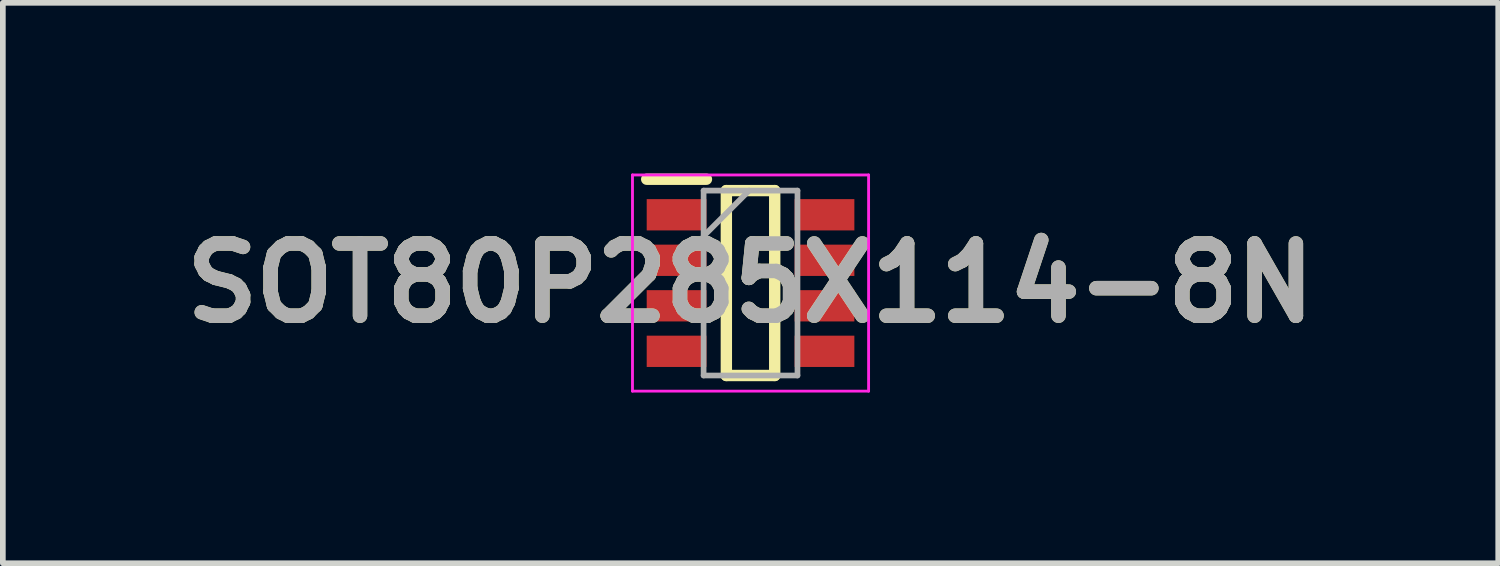
<source format=kicad_pcb>
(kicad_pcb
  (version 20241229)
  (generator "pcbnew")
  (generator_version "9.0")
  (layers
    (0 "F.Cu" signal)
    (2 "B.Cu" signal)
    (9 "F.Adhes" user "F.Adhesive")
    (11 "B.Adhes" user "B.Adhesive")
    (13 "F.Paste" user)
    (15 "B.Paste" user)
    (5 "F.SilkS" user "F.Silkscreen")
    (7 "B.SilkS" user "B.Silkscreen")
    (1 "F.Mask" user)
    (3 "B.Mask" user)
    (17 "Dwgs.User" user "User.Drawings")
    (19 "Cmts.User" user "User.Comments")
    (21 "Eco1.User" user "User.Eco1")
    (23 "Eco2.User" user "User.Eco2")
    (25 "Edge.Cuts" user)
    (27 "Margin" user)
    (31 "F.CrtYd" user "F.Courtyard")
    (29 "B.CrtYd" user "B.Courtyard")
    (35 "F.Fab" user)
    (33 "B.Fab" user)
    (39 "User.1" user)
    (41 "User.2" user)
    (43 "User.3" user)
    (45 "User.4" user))
  (footprint "SOT80P285X114-8N"
    (layer "F.Cu")
    (at 10.142 1.925)
    (property "Reference" "SOT80P285X114-8N" (at 0 0 0) (layer "F.SilkS") (effects (font (size 1.27 1.27) (thickness 0.254))))
    (attr smd)
    (fp_line (start -1.825 -1.825) (end -0.775 -1.825) (stroke (width 0.2) (type solid)) (layer "F.SilkS"))
    (fp_line (start -0.425 -1.625) (end 0.425 -1.625) (stroke (width 0.2) (type solid)) (layer "F.SilkS"))
    (fp_line (start -0.425 1.625) (end -0.425 -1.625) (stroke (width 0.2) (type solid)) (layer "F.SilkS"))
    (fp_line (start 0.425 -1.625) (end 0.425 1.625) (stroke (width 0.2) (type solid)) (layer "F.SilkS"))
    (fp_line (start 0.425 1.625) (end -0.425 1.625) (stroke (width 0.2) (type solid)) (layer "F.SilkS"))
    (fp_line (start -2.075 -1.9) (end 2.075 -1.9) (stroke (width 0.05) (type solid)) (layer "F.CrtYd"))
    (fp_line (start -2.075 1.9) (end -2.075 -1.9) (stroke (width 0.05) (type solid)) (layer "F.CrtYd"))
    (fp_line (start 2.075 -1.9) (end 2.075 1.9) (stroke (width 0.05) (type solid)) (layer "F.CrtYd"))
    (fp_line (start 2.075 1.9) (end -2.075 1.9) (stroke (width 0.05) (type solid)) (layer "F.CrtYd"))
    (fp_line (start -0.825 -1.625) (end 0.825 -1.625) (stroke (width 0.1) (type solid)) (layer "F.Fab"))
    (fp_line (start -0.825 -0.825) (end -0.025 -1.625) (stroke (width 0.1) (type solid)) (layer "F.Fab"))
    (fp_line (start -0.825 1.625) (end -0.825 -1.625) (stroke (width 0.1) (type solid)) (layer "F.Fab"))
    (fp_line (start 0.825 -1.625) (end 0.825 1.625) (stroke (width 0.1) (type solid)) (layer "F.Fab"))
    (fp_line (start 0.825 1.625) (end -0.825 1.625) (stroke (width 0.1) (type solid)) (layer "F.Fab"))
    (fp_text user "${REFERENCE}" (at 0 0 0) (layer "F.Fab") (effects (font (size 1.27 1.27) (thickness 0.254))))
    (pad "1" smd rect (at -1.3 -1.2 90) (size 0.55 1.05) (layers "F.Cu" "F.Mask" "F.Paste"))
    (pad "2" smd rect (at -1.3 -0.4 90) (size 0.55 1.05) (layers "F.Cu" "F.Mask" "F.Paste"))
    (pad "3" smd rect (at -1.3 0.4 90) (size 0.55 1.05) (layers "F.Cu" "F.Mask" "F.Paste"))
    (pad "4" smd rect (at -1.3 1.2 90) (size 0.55 1.05) (layers "F.Cu" "F.Mask" "F.Paste"))
    (pad "5" smd rect (at 1.3 1.2 90) (size 0.55 1.05) (layers "F.Cu" "F.Mask" "F.Paste"))
    (pad "6" smd rect (at 1.3 0.4 90) (size 0.55 1.05) (layers "F.Cu" "F.Mask" "F.Paste"))
    (pad "7" smd rect (at 1.3 -0.4 90) (size 0.55 1.05) (layers "F.Cu" "F.Mask" "F.Paste"))
    (pad "8" smd rect (at 1.3 -1.2 90) (size 0.55 1.05) (layers "F.Cu" "F.Mask" "F.Paste")))
  (gr_rect
    (start -3 -3)
    (end 23.284 6.85)
    (stroke (width 0.1) (type default))
    (fill no)
    (layer "Edge.Cuts")))
</source>
